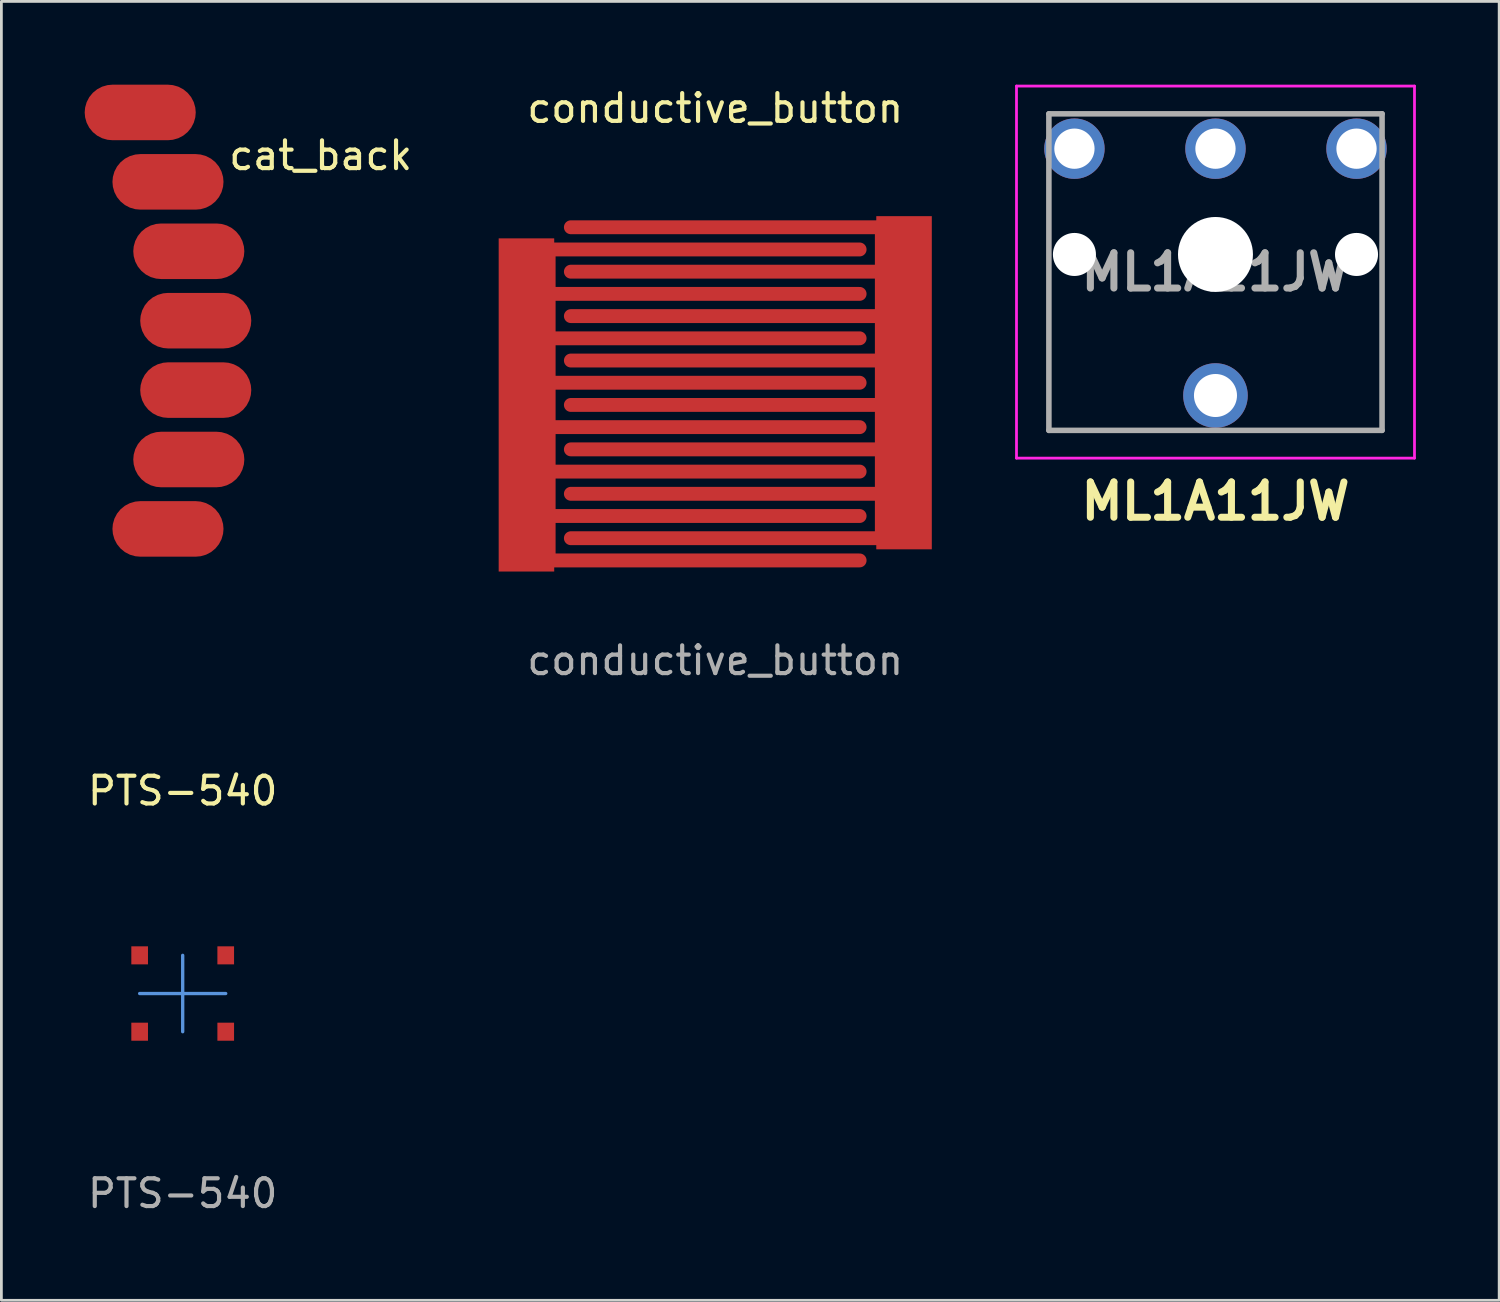
<source format=kicad_pcb>
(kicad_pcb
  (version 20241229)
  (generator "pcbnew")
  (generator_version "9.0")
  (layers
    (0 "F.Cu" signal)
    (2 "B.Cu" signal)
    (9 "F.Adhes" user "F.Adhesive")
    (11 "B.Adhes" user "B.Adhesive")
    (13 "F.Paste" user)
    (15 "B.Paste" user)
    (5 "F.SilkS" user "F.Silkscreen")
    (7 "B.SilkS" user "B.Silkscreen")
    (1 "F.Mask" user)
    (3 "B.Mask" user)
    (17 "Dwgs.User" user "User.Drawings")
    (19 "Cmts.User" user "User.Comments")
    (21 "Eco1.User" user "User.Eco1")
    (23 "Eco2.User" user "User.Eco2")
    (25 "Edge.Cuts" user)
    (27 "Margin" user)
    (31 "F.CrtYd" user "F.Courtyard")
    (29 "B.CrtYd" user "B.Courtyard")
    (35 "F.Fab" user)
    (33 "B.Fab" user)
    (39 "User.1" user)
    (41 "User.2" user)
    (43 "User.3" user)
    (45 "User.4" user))
  (footprint "PTS-540"
    (layer "F.Cu")
    (at 3.53 32.734)
    (property "Reference" "PTS-540" (at 0 -7.3 0) (unlocked yes) (layer "F.SilkS") (effects (font (size 1 1) (thickness 0.15))))
    (fp_rect (start -2.05 -1.875) (end 2.05 1.875) (stroke (width 0.12) (type solid)) (fill no) (layer "B.Paste"))
    (fp_line (start -1.55 0) (end 1.55 0) (stroke (width 0.12) (type solid)) (layer "Cmts.User"))
    (fp_line (start 0 -1.375) (end 0 1.375) (stroke (width 0.12) (type solid)) (layer "Cmts.User"))
    (fp_text user "${REFERENCE}" (at 0 7.2 0) (unlocked yes) (layer "F.Fab") (effects (font (size 1 1) (thickness 0.15))))
    (pad "1" smd rect (at -1.55 -1.375) (size 0.6 0.65) (layers "F.Cu" "F.Mask" "F.Paste"))
    (pad "2" smd rect (at 1.55 -1.375) (size 0.6 0.65) (layers "F.Cu" "F.Mask" "F.Paste"))
    (pad "3" smd rect (at -1.55 1.375) (size 0.6 0.65) (layers "F.Cu" "F.Mask" "F.Paste"))
    (pad "4" smd rect (at 1.55 1.375) (size 0.6 0.65) (layers "F.Cu" "F.Mask" "F.Paste")))
  (footprint "cat_back"
    (layer "F.Cu")
    (at 8.5 9.75)
    (property "Reference" "cat_back" (at 0 -7.2 0) (unlocked yes) (layer "F.SilkS") (effects (font (size 1 1) (thickness 0.15))))
    (pad "1" smd roundrect (at -5.5 -6.25) (size 4 2) (layers "F.Cu" "F.Mask" "F.Paste") (roundrect_rratio 0.5))
    (pad "1" smd roundrect (at -4.75 3.75) (size 4 2) (layers "F.Cu" "F.Mask" "F.Paste") (roundrect_rratio 0.5))
    (pad "1" smd roundrect (at -4.5 -1.25) (size 4 2) (layers "F.Cu" "F.Mask" "F.Paste") (roundrect_rratio 0.5))
    (pad "2" smd roundrect (at -6.5 -8.75) (size 4 2) (layers "F.Cu" "F.Mask" "F.Paste") (roundrect_rratio 0.5))
    (pad "2" smd roundrect (at -5.5 6.25) (size 4 2) (layers "F.Cu" "F.Mask" "F.Paste") (roundrect_rratio 0.5))
    (pad "2" smd roundrect (at -4.75 -3.75) (size 4 2) (layers "F.Cu" "F.Mask" "F.Paste") (roundrect_rratio 0.5))
    (pad "2" smd roundrect (at -4.5 1.25) (size 4 2) (layers "F.Cu" "F.Mask" "F.Paste") (roundrect_rratio 0.5)))
  (footprint "conductive_button"
    (layer "F.Cu")
    (at 22.711 11.135)
    (property "Reference" "conductive_button" (at 0 -10.287 0) (unlocked yes) (layer "F.SilkS") (effects (font (size 1 1) (thickness 0.15))))
    (fp_line (start -6 -5.2) (end -6 6) (stroke (width 0.5) (type solid)) (layer "F.Cu"))
    (fp_line (start -6 -5.2) (end 5.2 -5.2) (stroke (width 0.5) (type solid)) (layer "F.Cu"))
    (fp_line (start -6 6) (end 5.2 6) (stroke (width 0.5) (type solid)) (layer "F.Cu"))
    (fp_line (start -5.2 -6) (end 6 -6) (stroke (width 0.5) (type solid)) (layer "F.Cu"))
    (fp_line (start 5.2 -3.6) (end -6 -3.6) (stroke (width 0.5) (type solid)) (layer "F.Cu"))
    (fp_line (start 5.2 -2) (end -6 -2) (stroke (width 0.5) (type solid)) (layer "F.Cu"))
    (fp_line (start 5.2 -0.4) (end -6 -0.4) (stroke (width 0.5) (type solid)) (layer "F.Cu"))
    (fp_line (start 5.2 1.2) (end -6 1.2) (stroke (width 0.5) (type solid)) (layer "F.Cu"))
    (fp_line (start 5.2 2.8) (end -6 2.8) (stroke (width 0.5) (type solid)) (layer "F.Cu"))
    (fp_line (start 5.2 4.4) (end -6 4.4) (stroke (width 0.5) (type solid)) (layer "F.Cu"))
    (fp_line (start 6 -6) (end 6 5.2) (stroke (width 0.5) (type solid)) (layer "F.Cu"))
    (fp_line (start 6 -4.4) (end -5.2 -4.4) (stroke (width 0.5) (type solid)) (layer "F.Cu"))
    (fp_line (start 6 -2.8) (end -5.2 -2.8) (stroke (width 0.5) (type solid)) (layer "F.Cu"))
    (fp_line (start 6 -1.2) (end -5.2 -1.2) (stroke (width 0.5) (type solid)) (layer "F.Cu"))
    (fp_line (start 6 0.4) (end -5.2 0.4) (stroke (width 0.5) (type solid)) (layer "F.Cu"))
    (fp_line (start 6 2) (end -5.2 2) (stroke (width 0.5) (type solid)) (layer "F.Cu"))
    (fp_line (start 6 3.6) (end -5.2 3.6) (stroke (width 0.5) (type solid)) (layer "F.Cu"))
    (fp_line (start 6 5.2) (end -5.2 5.2) (stroke (width 0.5) (type solid)) (layer "F.Cu"))
    (fp_text user "${REFERENCE}" (at 0 9.603 0) (unlocked yes) (layer "F.Fab") (effects (font (size 1 1) (thickness 0.15))))
    (pad "1" smd rect (at 6.8 -0.4) (size 2 12) (layers "F.Cu" "F.Mask" "F.Paste"))
    (pad "2" smd rect (at -6.8 0.4) (size 2 12) (layers "F.Cu" "F.Mask" "F.Paste")))
  (footprint "ML1A11JW"
    (layer "F.Cu")
    (at 35.648 2.305)
    (property "Reference" "ML1A11JW" (at 5.08 12.7 0) (layer "F.SilkS") (effects (font (size 1.27 1.27) (thickness 0.254))))
    (attr through_hole)
    (fp_line (start -0.92 4.5) (end -0.92 10.145) (stroke (width 0.1) (type solid)) (layer "F.SilkS"))
    (fp_line (start -0.92 10.145) (end 4 10.145) (stroke (width 0.1) (type solid)) (layer "F.SilkS"))
    (fp_line (start 1 -1.255) (end 4 -1.255) (stroke (width 0.1) (type solid)) (layer "F.SilkS"))
    (fp_line (start 6 -1.255) (end 9.5 -1.255) (stroke (width 0.1) (type solid)) (layer "F.SilkS"))
    (fp_line (start 11.08 4.5) (end 11.08 10.145) (stroke (width 0.1) (type solid)) (layer "F.SilkS"))
    (fp_line (start 11.08 10.145) (end 6.5 10.145) (stroke (width 0.1) (type solid)) (layer "F.SilkS"))
    (fp_line (start -2.087 -2.255) (end 12.248 -2.255) (stroke (width 0.1) (type solid)) (layer "F.CrtYd"))
    (fp_line (start -2.087 11.145) (end -2.087 -2.255) (stroke (width 0.1) (type solid)) (layer "F.CrtYd"))
    (fp_line (start 12.248 -2.255) (end 12.248 11.145) (stroke (width 0.1) (type solid)) (layer "F.CrtYd"))
    (fp_line (start 12.248 11.145) (end -2.087 11.145) (stroke (width 0.1) (type solid)) (layer "F.CrtYd"))
    (fp_line (start -0.92 -1.255) (end 11.08 -1.255) (stroke (width 0.2) (type solid)) (layer "F.Fab"))
    (fp_line (start -0.92 10.145) (end -0.92 -1.255) (stroke (width 0.2) (type solid)) (layer "F.Fab"))
    (fp_line (start 11.08 -1.255) (end 11.08 10.145) (stroke (width 0.2) (type solid)) (layer "F.Fab"))
    (fp_line (start 11.08 10.145) (end -0.92 10.145) (stroke (width 0.2) (type solid)) (layer "F.Fab"))
    (fp_text user "${REFERENCE}" (at 5.08 4.445 0) (layer "F.Fab") (effects (font (size 1.27 1.27) (thickness 0.254))))
    (pad "" np_thru_hole circle (at 0 3.81) (size 1.55 1.55) (drill 1.55) (layers "*.Cu" "*.Mask"))
    (pad "" np_thru_hole circle (at 5.08 3.81) (size 2.7 2.7) (drill 2.7) (layers "*.Cu" "*.Mask"))
    (pad "" np_thru_hole circle (at 10.16 3.81) (size 1.55 1.55) (drill 1.55) (layers "*.Cu" "*.Mask"))
    (pad "1" thru_hole circle (at 0 0) (size 2.175 2.175) (drill 1.45) (layers "*.Cu" "*.Mask"))
    (pad "2" thru_hole circle (at 5.08 0) (size 2.175 2.175) (drill 1.45) (layers "*.Cu" "*.Mask"))
    (pad "3" thru_hole circle (at 10.16 0) (size 2.175 2.175) (drill 1.45) (layers "*.Cu" "*.Mask"))
    (pad "4" thru_hole circle (at 5.08 8.89) (size 2.325 2.325) (drill 1.55) (layers "*.Cu" "*.Mask")))
  (gr_rect
    (start -3 -3)
    (end 50.946 43.783)
    (stroke (width 0.1) (type default))
    (fill no)
    (layer "Edge.Cuts")))
</source>
